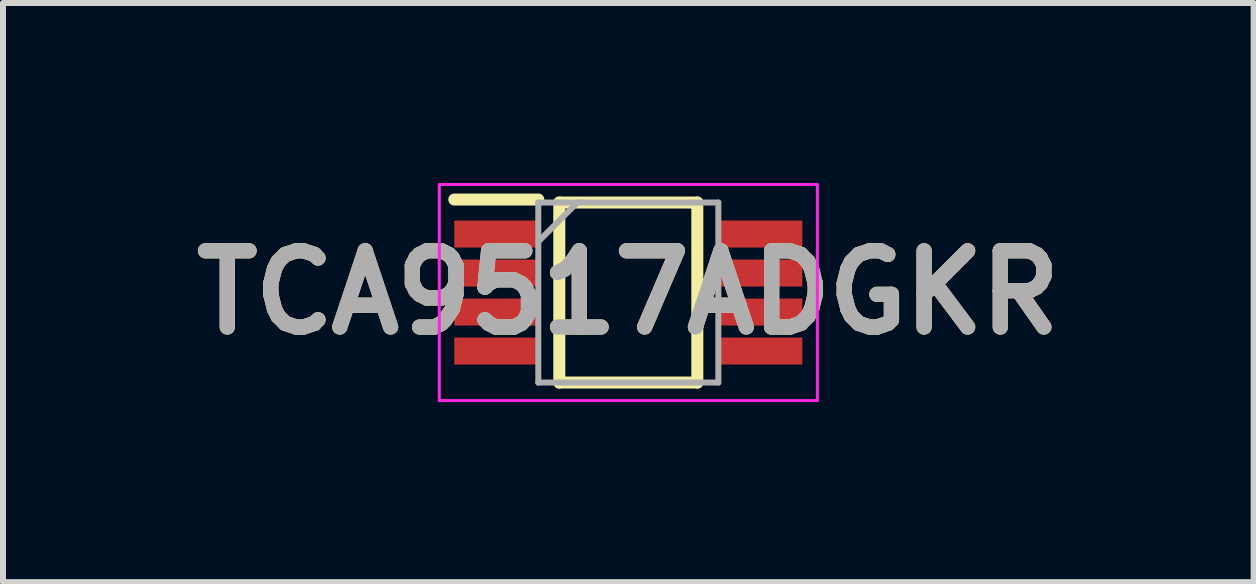
<source format=kicad_pcb>
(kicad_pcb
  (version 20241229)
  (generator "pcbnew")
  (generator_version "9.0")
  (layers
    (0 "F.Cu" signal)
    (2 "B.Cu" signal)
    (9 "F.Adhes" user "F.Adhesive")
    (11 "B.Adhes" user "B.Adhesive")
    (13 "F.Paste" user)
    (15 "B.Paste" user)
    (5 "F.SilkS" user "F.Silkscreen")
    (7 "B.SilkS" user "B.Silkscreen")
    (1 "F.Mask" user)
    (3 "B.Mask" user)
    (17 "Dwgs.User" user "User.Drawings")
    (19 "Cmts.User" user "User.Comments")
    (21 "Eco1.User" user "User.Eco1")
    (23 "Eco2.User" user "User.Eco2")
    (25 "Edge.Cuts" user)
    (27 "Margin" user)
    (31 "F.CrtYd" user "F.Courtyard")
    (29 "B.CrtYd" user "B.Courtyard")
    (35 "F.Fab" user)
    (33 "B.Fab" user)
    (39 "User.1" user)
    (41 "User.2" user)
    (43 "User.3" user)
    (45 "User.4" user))
  (footprint "TCA9517ADGKR"
    (layer "F.Cu")
    (at 7.42 1.825)
    (property "Reference" "TCA9517ADGKR" (at 0 0 0) (layer "F.SilkS") (effects (font (size 1.27 1.27) (thickness 0.254))))
    (attr smd)
    (fp_line (start -2.9 -1.55) (end -1.5 -1.55) (stroke (width 0.2) (type solid)) (layer "F.SilkS"))
    (fp_line (start -1.15 -1.5) (end 1.15 -1.5) (stroke (width 0.2) (type solid)) (layer "F.SilkS"))
    (fp_line (start -1.15 1.5) (end -1.15 -1.5) (stroke (width 0.2) (type solid)) (layer "F.SilkS"))
    (fp_line (start 1.15 -1.5) (end 1.15 1.5) (stroke (width 0.2) (type solid)) (layer "F.SilkS"))
    (fp_line (start 1.15 1.5) (end -1.15 1.5) (stroke (width 0.2) (type solid)) (layer "F.SilkS"))
    (fp_line (start -3.15 -1.8) (end 3.15 -1.8) (stroke (width 0.05) (type solid)) (layer "F.CrtYd"))
    (fp_line (start -3.15 1.8) (end -3.15 -1.8) (stroke (width 0.05) (type solid)) (layer "F.CrtYd"))
    (fp_line (start 3.15 -1.8) (end 3.15 1.8) (stroke (width 0.05) (type solid)) (layer "F.CrtYd"))
    (fp_line (start 3.15 1.8) (end -3.15 1.8) (stroke (width 0.05) (type solid)) (layer "F.CrtYd"))
    (fp_line (start -1.5 -1.5) (end 1.5 -1.5) (stroke (width 0.1) (type solid)) (layer "F.Fab"))
    (fp_line (start -1.5 -0.85) (end -0.85 -1.5) (stroke (width 0.1) (type solid)) (layer "F.Fab"))
    (fp_line (start -1.5 1.5) (end -1.5 -1.5) (stroke (width 0.1) (type solid)) (layer "F.Fab"))
    (fp_line (start 1.5 -1.5) (end 1.5 1.5) (stroke (width 0.1) (type solid)) (layer "F.Fab"))
    (fp_line (start 1.5 1.5) (end -1.5 1.5) (stroke (width 0.1) (type solid)) (layer "F.Fab"))
    (fp_text user "${REFERENCE}" (at 0 0 0) (layer "F.Fab") (effects (font (size 1.27 1.27) (thickness 0.254))))
    (pad "1" smd rect (at -2.2 -0.975 90) (size 0.45 1.4) (layers "F.Cu" "F.Mask" "F.Paste"))
    (pad "2" smd rect (at -2.2 -0.325 90) (size 0.45 1.4) (layers "F.Cu" "F.Mask" "F.Paste"))
    (pad "3" smd rect (at -2.2 0.325 90) (size 0.45 1.4) (layers "F.Cu" "F.Mask" "F.Paste"))
    (pad "4" smd rect (at -2.2 0.975 90) (size 0.45 1.4) (layers "F.Cu" "F.Mask" "F.Paste"))
    (pad "5" smd rect (at 2.2 0.975 90) (size 0.45 1.4) (layers "F.Cu" "F.Mask" "F.Paste"))
    (pad "6" smd rect (at 2.2 0.325 90) (size 0.45 1.4) (layers "F.Cu" "F.Mask" "F.Paste"))
    (pad "7" smd rect (at 2.2 -0.325 90) (size 0.45 1.4) (layers "F.Cu" "F.Mask" "F.Paste"))
    (pad "8" smd rect (at 2.2 -0.975 90) (size 0.45 1.4) (layers "F.Cu" "F.Mask" "F.Paste")))
  (gr_rect
    (start -3 -3)
    (end 17.841 6.65)
    (stroke (width 0.1) (type default))
    (fill no)
    (layer "Edge.Cuts")))
</source>
